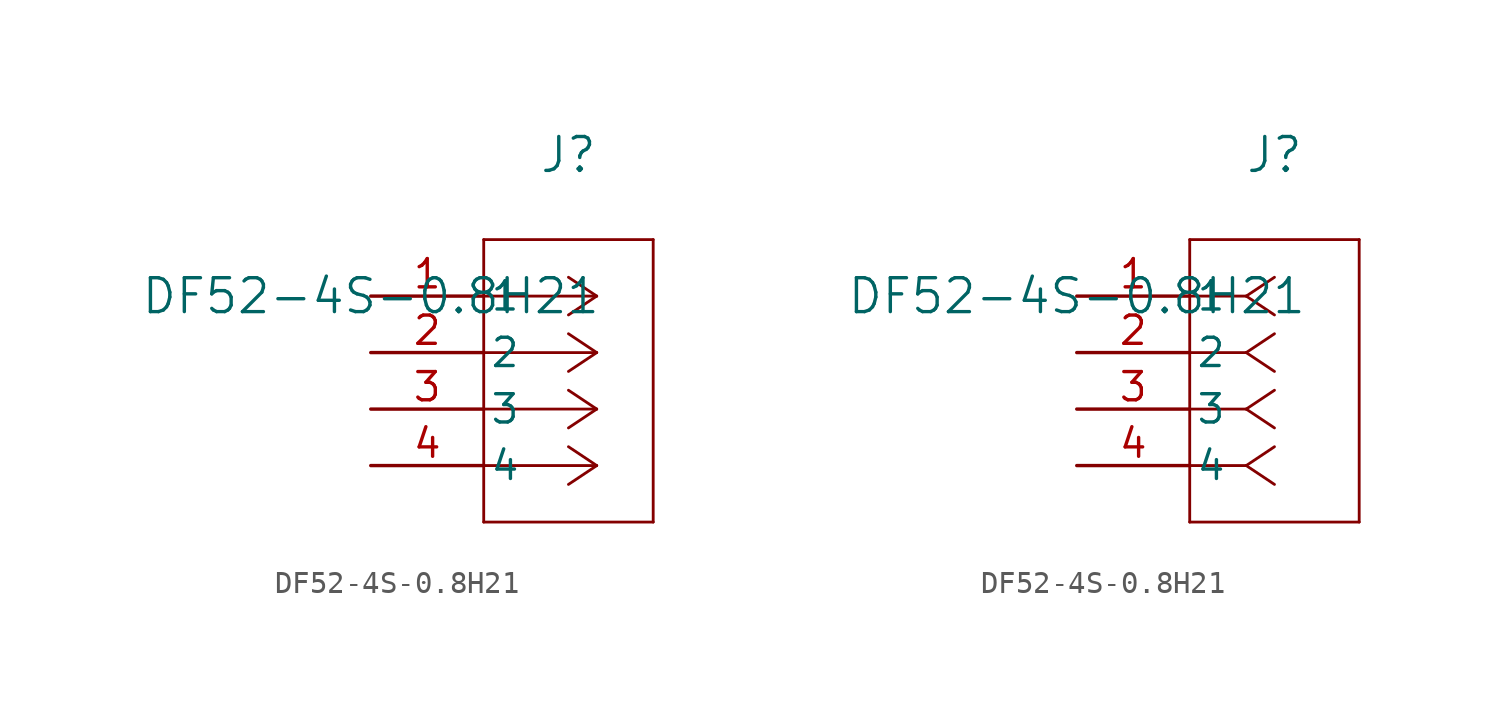
<source format=kicad_sym>
(kicad_symbol_lib
  (version 20211014)
  (generator kicad_symbol_editor)
  (symbol "DF52-4S-0.8H21"
    (pin_names
      (offset 0.254))
    (property "Reference" "J"
      (at 8.89 6.35 0)
      (effects (font (size 1.524 1.524))))
    (property "Value" "DF52-4S-0.8H21"
      (at 0 0 0)
      (effects (font (size 1.524 1.524))))
    (symbol "DF52-4S-0.8H21_1_1"
      (polyline (pts (xy 10.16 0) (xy 5.08 0)) (stroke (width 0.127) (type default) (color 0 0 0 0)) (fill (type none)))
      (polyline (pts (xy 10.16 -2.54) (xy 5.08 -2.54)) (stroke (width 0.127) (type default) (color 0 0 0 0)) (fill (type none)))
      (polyline (pts (xy 10.16 -5.08) (xy 5.08 -5.08)) (stroke (width 0.127) (type default) (color 0 0 0 0)) (fill (type none)))
      (polyline (pts (xy 10.16 -7.62) (xy 5.08 -7.62)) (stroke (width 0.127) (type default) (color 0 0 0 0)) (fill (type none)))
      (polyline (pts (xy 10.16 0) (xy 8.89 0.847)) (stroke (width 0.127) (type default) (color 0 0 0 0)) (fill (type none)))
      (polyline (pts (xy 10.16 -2.54) (xy 8.89 -1.693)) (stroke (width 0.127) (type default) (color 0 0 0 0)) (fill (type none)))
      (polyline (pts (xy 10.16 -5.08) (xy 8.89 -4.233)) (stroke (width 0.127) (type default) (color 0 0 0 0)) (fill (type none)))
      (polyline (pts (xy 10.16 -7.62) (xy 8.89 -6.773)) (stroke (width 0.127) (type default) (color 0 0 0 0)) (fill (type none)))
      (polyline (pts (xy 10.16 0) (xy 8.89 -0.847)) (stroke (width 0.127) (type default) (color 0 0 0 0)) (fill (type none)))
      (polyline (pts (xy 10.16 -2.54) (xy 8.89 -3.387)) (stroke (width 0.127) (type default) (color 0 0 0 0)) (fill (type none)))
      (polyline (pts (xy 10.16 -5.08) (xy 8.89 -5.927)) (stroke (width 0.127) (type default) (color 0 0 0 0)) (fill (type none)))
      (polyline (pts (xy 10.16 -7.62) (xy 8.89 -8.467)) (stroke (width 0.127) (type default) (color 0 0 0 0)) (fill (type none)))
      (polyline (pts (xy 5.08 2.54) (xy 5.08 -10.16)) (stroke (width 0.127) (type default) (color 0 0 0 0)) (fill (type none)))
      (polyline (pts (xy 5.08 -10.16) (xy 12.7 -10.16)) (stroke (width 0.127) (type default) (color 0 0 0 0)) (fill (type none)))
      (polyline (pts (xy 12.7 -10.16) (xy 12.7 2.54)) (stroke (width 0.127) (type default) (color 0 0 0 0)) (fill (type none)))
      (polyline (pts (xy 12.7 2.54) (xy 5.08 2.54)) (stroke (width 0.127) (type default) (color 0 0 0 0)) (fill (type none)))
      (pin unspecified line (at 0 0 0) (length 5.08) (name "1" (effects (font (size 1.27 1.27)))) (number "1" (effects (font (size 1.27 1.27)))))
      (pin unspecified line (at 0 -2.54 0) (length 5.08) (name "2" (effects (font (size 1.27 1.27)))) (number "2" (effects (font (size 1.27 1.27)))))
      (pin unspecified line (at 0 -5.08 0) (length 5.08) (name "3" (effects (font (size 1.27 1.27)))) (number "3" (effects (font (size 1.27 1.27)))))
      (pin unspecified line (at 0 -7.62 0) (length 5.08) (name "4" (effects (font (size 1.27 1.27)))) (number "4" (effects (font (size 1.27 1.27))))))
    (symbol "DF52-4S-0.8H21_1_2"
      (polyline (pts (xy 7.62 0) (xy 5.08 0)) (stroke (width 0.127) (type default) (color 0 0 0 0)) (fill (type none)))
      (polyline (pts (xy 7.62 -2.54) (xy 5.08 -2.54)) (stroke (width 0.127) (type default) (color 0 0 0 0)) (fill (type none)))
      (polyline (pts (xy 7.62 -5.08) (xy 5.08 -5.08)) (stroke (width 0.127) (type default) (color 0 0 0 0)) (fill (type none)))
      (polyline (pts (xy 7.62 -7.62) (xy 5.08 -7.62)) (stroke (width 0.127) (type default) (color 0 0 0 0)) (fill (type none)))
      (polyline (pts (xy 7.62 0) (xy 8.89 0.847)) (stroke (width 0.127) (type default) (color 0 0 0 0)) (fill (type none)))
      (polyline (pts (xy 7.62 -2.54) (xy 8.89 -1.693)) (stroke (width 0.127) (type default) (color 0 0 0 0)) (fill (type none)))
      (polyline (pts (xy 7.62 -5.08) (xy 8.89 -4.233)) (stroke (width 0.127) (type default) (color 0 0 0 0)) (fill (type none)))
      (polyline (pts (xy 7.62 -7.62) (xy 8.89 -6.773)) (stroke (width 0.127) (type default) (color 0 0 0 0)) (fill (type none)))
      (polyline (pts (xy 7.62 0) (xy 8.89 -0.847)) (stroke (width 0.127) (type default) (color 0 0 0 0)) (fill (type none)))
      (polyline (pts (xy 7.62 -2.54) (xy 8.89 -3.387)) (stroke (width 0.127) (type default) (color 0 0 0 0)) (fill (type none)))
      (polyline (pts (xy 7.62 -5.08) (xy 8.89 -5.927)) (stroke (width 0.127) (type default) (color 0 0 0 0)) (fill (type none)))
      (polyline (pts (xy 7.62 -7.62) (xy 8.89 -8.467)) (stroke (width 0.127) (type default) (color 0 0 0 0)) (fill (type none)))
      (polyline (pts (xy 5.08 2.54) (xy 5.08 -10.16)) (stroke (width 0.127) (type default) (color 0 0 0 0)) (fill (type none)))
      (polyline (pts (xy 5.08 -10.16) (xy 12.7 -10.16)) (stroke (width 0.127) (type default) (color 0 0 0 0)) (fill (type none)))
      (polyline (pts (xy 12.7 -10.16) (xy 12.7 2.54)) (stroke (width 0.127) (type default) (color 0 0 0 0)) (fill (type none)))
      (polyline (pts (xy 12.7 2.54) (xy 5.08 2.54)) (stroke (width 0.127) (type default) (color 0 0 0 0)) (fill (type none)))
      (pin unspecified line (at 0 0 0) (length 5.08) (name "1" (effects (font (size 1.27 1.27)))) (number "1" (effects (font (size 1.27 1.27)))))
      (pin unspecified line (at 0 -2.54 0) (length 5.08) (name "2" (effects (font (size 1.27 1.27)))) (number "2" (effects (font (size 1.27 1.27)))))
      (pin unspecified line (at 0 -5.08 0) (length 5.08) (name "3" (effects (font (size 1.27 1.27)))) (number "3" (effects (font (size 1.27 1.27)))))
      (pin unspecified line (at 0 -7.62 0) (length 5.08) (name "4" (effects (font (size 1.27 1.27)))) (number "4" (effects (font (size 1.27 1.27))))))))
</source>
